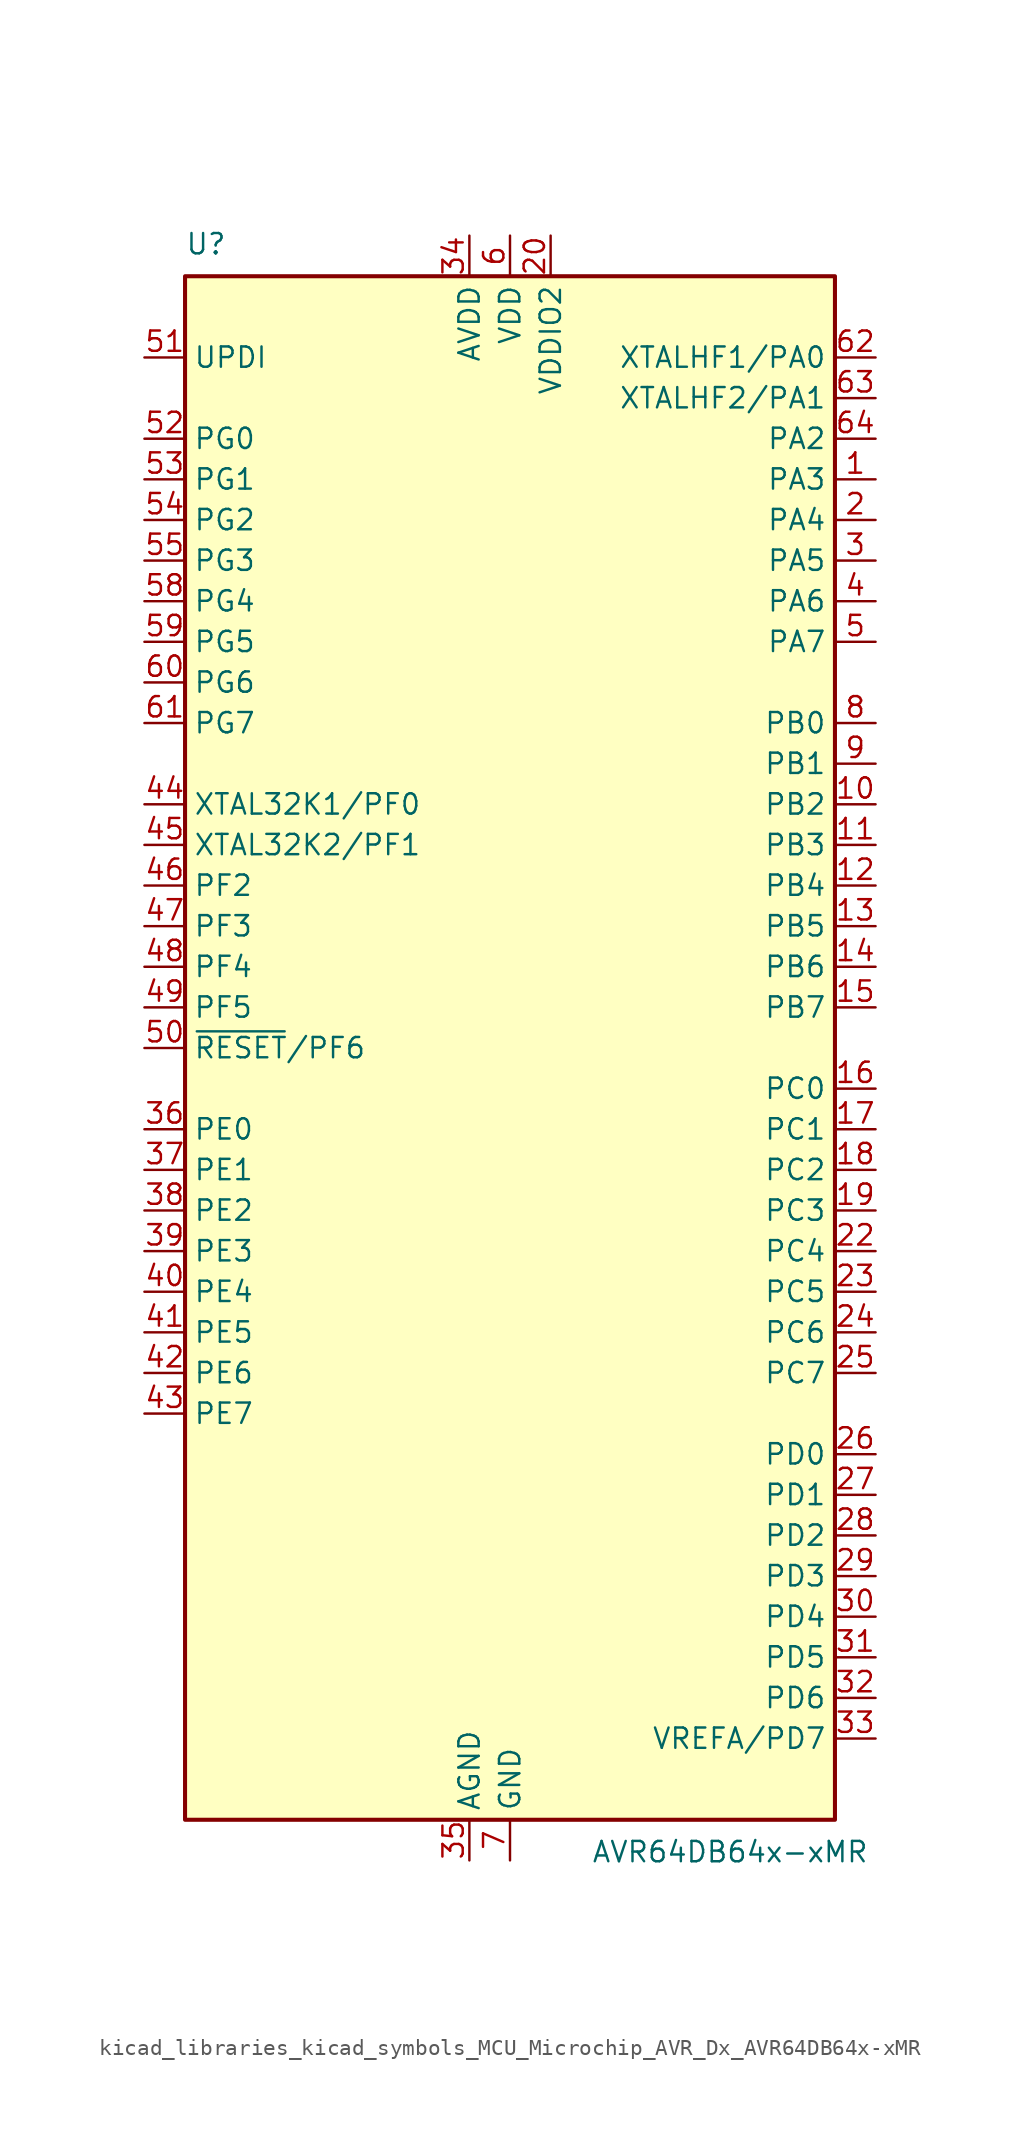
<source format=kicad_sym>
(kicad_symbol_lib
  (version 20220914)
  (generator kicad_symbol_editor)
  (symbol "kicad_libraries_kicad_symbols_MCU_Microchip_AVR_Dx_AVR64DB64x-xMR"
    (property "Reference" "U"
      (at -20.32 49.53 0)
      (effects (font (size 1.27 1.27)) (justify left bottom)))
    (property "Value" "AVR64DB64x-xMR"
      (at 5.08 -49.53 0)
      (effects (font (size 1.27 1.27)) (justify left top)))
    (symbol "kicad_libraries_kicad_symbols_MCU_Microchip_AVR_Dx_AVR64DB64x-xMR_0_1"
      (rectangle (start -20.32 48.26) (end 20.32 -48.26) (stroke (width 0.254) (type default)) (fill (type background))))
    (symbol "kicad_libraries_kicad_symbols_MCU_Microchip_AVR_Dx_AVR64DB64x-xMR_1_1"
      (pin bidirectional line (at 22.86 35.56 180) (length 2.54) (name "PA3" (effects (font (size 1.27 1.27)))) (number "1" (effects (font (size 1.27 1.27)))))
      (pin bidirectional line (at 22.86 15.24 180) (length 2.54) (name "PB2" (effects (font (size 1.27 1.27)))) (number "10" (effects (font (size 1.27 1.27)))))
      (pin bidirectional line (at 22.86 12.7 180) (length 2.54) (name "PB3" (effects (font (size 1.27 1.27)))) (number "11" (effects (font (size 1.27 1.27)))))
      (pin bidirectional line (at 22.86 10.16 180) (length 2.54) (name "PB4" (effects (font (size 1.27 1.27)))) (number "12" (effects (font (size 1.27 1.27)))))
      (pin bidirectional line (at 22.86 7.62 180) (length 2.54) (name "PB5" (effects (font (size 1.27 1.27)))) (number "13" (effects (font (size 1.27 1.27)))))
      (pin bidirectional line (at 22.86 5.08 180) (length 2.54) (name "PB6" (effects (font (size 1.27 1.27)))) (number "14" (effects (font (size 1.27 1.27)))))
      (pin bidirectional line (at 22.86 2.54 180) (length 2.54) (name "PB7" (effects (font (size 1.27 1.27)))) (number "15" (effects (font (size 1.27 1.27)))))
      (pin bidirectional line (at 22.86 -2.54 180) (length 2.54) (name "PC0" (effects (font (size 1.27 1.27)))) (number "16" (effects (font (size 1.27 1.27)))))
      (pin bidirectional line (at 22.86 -5.08 180) (length 2.54) (name "PC1" (effects (font (size 1.27 1.27)))) (number "17" (effects (font (size 1.27 1.27)))))
      (pin bidirectional line (at 22.86 -7.62 180) (length 2.54) (name "PC2" (effects (font (size 1.27 1.27)))) (number "18" (effects (font (size 1.27 1.27)))))
      (pin bidirectional line (at 22.86 -10.16 180) (length 2.54) (name "PC3" (effects (font (size 1.27 1.27)))) (number "19" (effects (font (size 1.27 1.27)))))
      (pin bidirectional line (at 22.86 33.02 180) (length 2.54) (name "PA4" (effects (font (size 1.27 1.27)))) (number "2" (effects (font (size 1.27 1.27)))))
      (pin power_in line (at 2.54 50.8 270) (length 2.54) (name "VDDIO2" (effects (font (size 1.27 1.27)))) (number "20" (effects (font (size 1.27 1.27)))))
      (pin passive line (at 0 -50.8 90) (length 2.54) hide (name "GND" (effects (font (size 1.27 1.27)))) (number "21" (effects (font (size 1.27 1.27)))))
      (pin bidirectional line (at 22.86 -12.7 180) (length 2.54) (name "PC4" (effects (font (size 1.27 1.27)))) (number "22" (effects (font (size 1.27 1.27)))))
      (pin bidirectional line (at 22.86 -15.24 180) (length 2.54) (name "PC5" (effects (font (size 1.27 1.27)))) (number "23" (effects (font (size 1.27 1.27)))))
      (pin bidirectional line (at 22.86 -17.78 180) (length 2.54) (name "PC6" (effects (font (size 1.27 1.27)))) (number "24" (effects (font (size 1.27 1.27)))))
      (pin bidirectional line (at 22.86 -20.32 180) (length 2.54) (name "PC7" (effects (font (size 1.27 1.27)))) (number "25" (effects (font (size 1.27 1.27)))))
      (pin bidirectional line (at 22.86 -25.4 180) (length 2.54) (name "PD0" (effects (font (size 1.27 1.27)))) (number "26" (effects (font (size 1.27 1.27)))))
      (pin bidirectional line (at 22.86 -27.94 180) (length 2.54) (name "PD1" (effects (font (size 1.27 1.27)))) (number "27" (effects (font (size 1.27 1.27)))))
      (pin bidirectional line (at 22.86 -30.48 180) (length 2.54) (name "PD2" (effects (font (size 1.27 1.27)))) (number "28" (effects (font (size 1.27 1.27)))))
      (pin bidirectional line (at 22.86 -33.02 180) (length 2.54) (name "PD3" (effects (font (size 1.27 1.27)))) (number "29" (effects (font (size 1.27 1.27)))))
      (pin bidirectional line (at 22.86 30.48 180) (length 2.54) (name "PA5" (effects (font (size 1.27 1.27)))) (number "3" (effects (font (size 1.27 1.27)))))
      (pin bidirectional line (at 22.86 -35.56 180) (length 2.54) (name "PD4" (effects (font (size 1.27 1.27)))) (number "30" (effects (font (size 1.27 1.27)))))
      (pin bidirectional line (at 22.86 -38.1 180) (length 2.54) (name "PD5" (effects (font (size 1.27 1.27)))) (number "31" (effects (font (size 1.27 1.27)))))
      (pin bidirectional line (at 22.86 -40.64 180) (length 2.54) (name "PD6" (effects (font (size 1.27 1.27)))) (number "32" (effects (font (size 1.27 1.27)))))
      (pin bidirectional line (at 22.86 -43.18 180) (length 2.54) (name "VREFA/PD7" (effects (font (size 1.27 1.27)))) (number "33" (effects (font (size 1.27 1.27)))))
      (pin power_in line (at -2.54 50.8 270) (length 2.54) (name "AVDD" (effects (font (size 1.27 1.27)))) (number "34" (effects (font (size 1.27 1.27)))))
      (pin power_in line (at -2.54 -50.8 90) (length 2.54) (name "AGND" (effects (font (size 1.27 1.27)))) (number "35" (effects (font (size 1.27 1.27)))))
      (pin bidirectional line (at -22.86 -5.08 0) (length 2.54) (name "PE0" (effects (font (size 1.27 1.27)))) (number "36" (effects (font (size 1.27 1.27)))))
      (pin bidirectional line (at -22.86 -7.62 0) (length 2.54) (name "PE1" (effects (font (size 1.27 1.27)))) (number "37" (effects (font (size 1.27 1.27)))))
      (pin bidirectional line (at -22.86 -10.16 0) (length 2.54) (name "PE2" (effects (font (size 1.27 1.27)))) (number "38" (effects (font (size 1.27 1.27)))))
      (pin bidirectional line (at -22.86 -12.7 0) (length 2.54) (name "PE3" (effects (font (size 1.27 1.27)))) (number "39" (effects (font (size 1.27 1.27)))))
      (pin bidirectional line (at 22.86 27.94 180) (length 2.54) (name "PA6" (effects (font (size 1.27 1.27)))) (number "4" (effects (font (size 1.27 1.27)))))
      (pin bidirectional line (at -22.86 -15.24 0) (length 2.54) (name "PE4" (effects (font (size 1.27 1.27)))) (number "40" (effects (font (size 1.27 1.27)))))
      (pin bidirectional line (at -22.86 -17.78 0) (length 2.54) (name "PE5" (effects (font (size 1.27 1.27)))) (number "41" (effects (font (size 1.27 1.27)))))
      (pin bidirectional line (at -22.86 -20.32 0) (length 2.54) (name "PE6" (effects (font (size 1.27 1.27)))) (number "42" (effects (font (size 1.27 1.27)))))
      (pin bidirectional line (at -22.86 -22.86 0) (length 2.54) (name "PE7" (effects (font (size 1.27 1.27)))) (number "43" (effects (font (size 1.27 1.27)))))
      (pin bidirectional line (at -22.86 15.24 0) (length 2.54) (name "XTAL32K1/PF0" (effects (font (size 1.27 1.27)))) (number "44" (effects (font (size 1.27 1.27)))))
      (pin bidirectional line (at -22.86 12.7 0) (length 2.54) (name "XTAL32K2/PF1" (effects (font (size 1.27 1.27)))) (number "45" (effects (font (size 1.27 1.27)))))
      (pin bidirectional line (at -22.86 10.16 0) (length 2.54) (name "PF2" (effects (font (size 1.27 1.27)))) (number "46" (effects (font (size 1.27 1.27)))))
      (pin bidirectional line (at -22.86 7.62 0) (length 2.54) (name "PF3" (effects (font (size 1.27 1.27)))) (number "47" (effects (font (size 1.27 1.27)))))
      (pin bidirectional line (at -22.86 5.08 0) (length 2.54) (name "PF4" (effects (font (size 1.27 1.27)))) (number "48" (effects (font (size 1.27 1.27)))))
      (pin bidirectional line (at -22.86 2.54 0) (length 2.54) (name "PF5" (effects (font (size 1.27 1.27)))) (number "49" (effects (font (size 1.27 1.27)))))
      (pin bidirectional line (at 22.86 25.4 180) (length 2.54) (name "PA7" (effects (font (size 1.27 1.27)))) (number "5" (effects (font (size 1.27 1.27)))))
      (pin bidirectional line (at -22.86 0 0) (length 2.54) (name "~{RESET}/PF6" (effects (font (size 1.27 1.27)))) (number "50" (effects (font (size 1.27 1.27)))))
      (pin input line (at -22.86 43.18 0) (length 2.54) (name "UPDI" (effects (font (size 1.27 1.27)))) (number "51" (effects (font (size 1.27 1.27)))))
      (pin bidirectional line (at -22.86 38.1 0) (length 2.54) (name "PG0" (effects (font (size 1.27 1.27)))) (number "52" (effects (font (size 1.27 1.27)))))
      (pin bidirectional line (at -22.86 35.56 0) (length 2.54) (name "PG1" (effects (font (size 1.27 1.27)))) (number "53" (effects (font (size 1.27 1.27)))))
      (pin bidirectional line (at -22.86 33.02 0) (length 2.54) (name "PG2" (effects (font (size 1.27 1.27)))) (number "54" (effects (font (size 1.27 1.27)))))
      (pin bidirectional line (at -22.86 30.48 0) (length 2.54) (name "PG3" (effects (font (size 1.27 1.27)))) (number "55" (effects (font (size 1.27 1.27)))))
      (pin passive line (at 0 50.8 270) (length 2.54) hide (name "VDD" (effects (font (size 1.27 1.27)))) (number "56" (effects (font (size 1.27 1.27)))))
      (pin passive line (at 0 -50.8 90) (length 2.54) hide (name "GND" (effects (font (size 1.27 1.27)))) (number "57" (effects (font (size 1.27 1.27)))))
      (pin bidirectional line (at -22.86 27.94 0) (length 2.54) (name "PG4" (effects (font (size 1.27 1.27)))) (number "58" (effects (font (size 1.27 1.27)))))
      (pin bidirectional line (at -22.86 25.4 0) (length 2.54) (name "PG5" (effects (font (size 1.27 1.27)))) (number "59" (effects (font (size 1.27 1.27)))))
      (pin power_in line (at 0 50.8 270) (length 2.54) (name "VDD" (effects (font (size 1.27 1.27)))) (number "6" (effects (font (size 1.27 1.27)))))
      (pin bidirectional line (at -22.86 22.86 0) (length 2.54) (name "PG6" (effects (font (size 1.27 1.27)))) (number "60" (effects (font (size 1.27 1.27)))))
      (pin bidirectional line (at -22.86 20.32 0) (length 2.54) (name "PG7" (effects (font (size 1.27 1.27)))) (number "61" (effects (font (size 1.27 1.27)))))
      (pin bidirectional line (at 22.86 43.18 180) (length 2.54) (name "XTALHF1/PA0" (effects (font (size 1.27 1.27)))) (number "62" (effects (font (size 1.27 1.27)))))
      (pin bidirectional line (at 22.86 40.64 180) (length 2.54) (name "XTALHF2/PA1" (effects (font (size 1.27 1.27)))) (number "63" (effects (font (size 1.27 1.27)))))
      (pin bidirectional line (at 22.86 38.1 180) (length 2.54) (name "PA2" (effects (font (size 1.27 1.27)))) (number "64" (effects (font (size 1.27 1.27)))))
      (pin passive line (at 0 -50.8 90) (length 2.54) hide (name "GND" (effects (font (size 1.27 1.27)))) (number "65" (effects (font (size 1.27 1.27)))))
      (pin power_in line (at 0 -50.8 90) (length 2.54) (name "GND" (effects (font (size 1.27 1.27)))) (number "7" (effects (font (size 1.27 1.27)))))
      (pin bidirectional line (at 22.86 20.32 180) (length 2.54) (name "PB0" (effects (font (size 1.27 1.27)))) (number "8" (effects (font (size 1.27 1.27)))))
      (pin bidirectional line (at 22.86 17.78 180) (length 2.54) (name "PB1" (effects (font (size 1.27 1.27)))) (number "9" (effects (font (size 1.27 1.27))))))))
</source>
